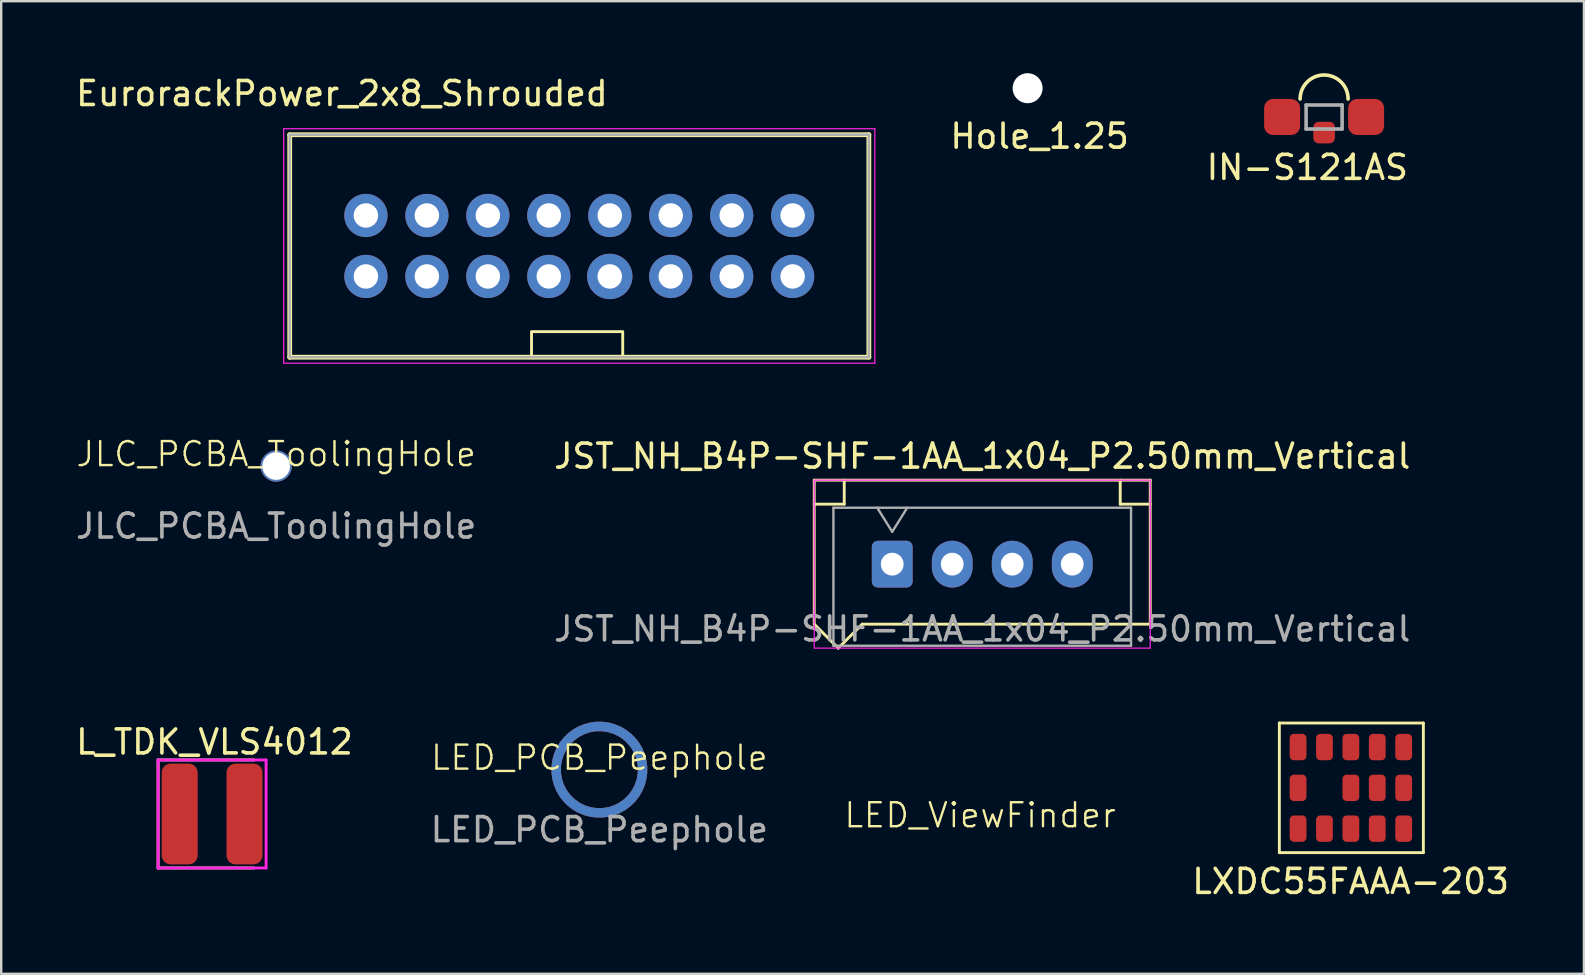
<source format=kicad_pcb>
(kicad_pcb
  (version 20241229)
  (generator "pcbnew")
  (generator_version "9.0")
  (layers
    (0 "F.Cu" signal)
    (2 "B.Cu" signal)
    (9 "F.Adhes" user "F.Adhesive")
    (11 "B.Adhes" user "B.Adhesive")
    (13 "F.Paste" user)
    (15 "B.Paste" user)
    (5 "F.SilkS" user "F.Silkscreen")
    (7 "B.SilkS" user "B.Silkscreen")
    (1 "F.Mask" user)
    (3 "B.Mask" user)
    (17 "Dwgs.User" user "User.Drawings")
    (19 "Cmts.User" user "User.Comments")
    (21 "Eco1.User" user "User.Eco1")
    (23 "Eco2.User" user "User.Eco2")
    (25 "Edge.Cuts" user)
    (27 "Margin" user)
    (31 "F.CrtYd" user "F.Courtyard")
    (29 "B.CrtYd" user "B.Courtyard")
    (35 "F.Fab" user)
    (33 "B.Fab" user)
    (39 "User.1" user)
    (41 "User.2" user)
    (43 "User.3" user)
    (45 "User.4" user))
  (footprint "EurorackPower_2x8_Shrouded"
    (layer "F.Cu")
    (at 12.196 8.468)
    (property "Reference" "EurorackPower_2x8_Shrouded" (at -1 -7.62 0) (layer "F.SilkS") (effects (font (size 1 1) (thickness 0.15))))
    (attr through_hole)
    (fp_line (start -3.175 3.365) (end -3.175 -5.905) (stroke (width 0.2) (type solid)) (layer "F.SilkS"))
    (fp_line (start 20.955 -5.905) (end -3.175 -5.905) (stroke (width 0.2) (type solid)) (layer "F.SilkS"))
    (fp_line (start 20.955 -5.905) (end 20.955 3.365) (stroke (width 0.2) (type solid)) (layer "F.SilkS"))
    (fp_line (start 20.955 3.365) (end -3.175 3.365) (stroke (width 0.2) (type solid)) (layer "F.SilkS"))
    (fp_rect (start 6.9 3.35) (end 10.7 2.3) (stroke (width 0.12) (type solid)) (fill no) (layer "F.SilkS"))
    (fp_line (start -3.425 -6.155) (end 21.205 -6.155) (stroke (width 0.05) (type solid)) (layer "F.CrtYd"))
    (fp_line (start -3.425 3.615) (end -3.425 -6.155) (stroke (width 0.05) (type solid)) (layer "F.CrtYd"))
    (fp_line (start 21.205 -6.155) (end 21.205 3.615) (stroke (width 0.05) (type solid)) (layer "F.CrtYd"))
    (fp_line (start 21.205 3.615) (end -3.425 3.615) (stroke (width 0.05) (type solid)) (layer "F.CrtYd"))
    (fp_line (start -3.175 -5.905) (end 20.955 -5.905) (stroke (width 0.1) (type solid)) (layer "F.Fab"))
    (fp_line (start -3.175 3.365) (end -3.175 -5.905) (stroke (width 0.1) (type solid)) (layer "F.Fab"))
    (fp_line (start 20.955 -5.905) (end 20.955 3.365) (stroke (width 0.1) (type solid)) (layer "F.Fab"))
    (fp_line (start 20.955 3.365) (end -3.175 3.365) (stroke (width 0.1) (type solid)) (layer "F.Fab"))
    (pad "-12V" thru_hole circle (at 0 -2.54) (size 1.8 1.8) (drill 1.02) (layers "*.Cu" "*.Mask"))
    (pad "-12V" thru_hole circle (at 0 0) (size 1.8 1.8) (drill 1.02) (layers "*.Cu" "*.Mask"))
    (pad "5V" thru_hole circle (at 12.7 -2.54) (size 1.8 1.8) (drill 1.02) (layers "*.Cu" "*.Mask"))
    (pad "5V" thru_hole circle (at 12.7 0) (size 1.8 1.8) (drill 1.02) (layers "*.Cu" "*.Mask"))
    (pad "12V" thru_hole circle (at 10.16 -2.54) (size 1.8 1.8) (drill 1.02) (layers "*.Cu" "*.Mask"))
    (pad "12V" thru_hole circle (at 10.16 0) (size 1.89 1.89) (drill 1.02) (layers "*.Cu" "*.Mask"))
    (pad "CV" thru_hole circle (at 15.24 -2.54) (size 1.8 1.8) (drill 1.02) (layers "*.Cu" "*.Mask"))
    (pad "CV" thru_hole circle (at 15.24 0) (size 1.8 1.8) (drill 1.02) (layers "*.Cu" "*.Mask"))
    (pad "GND" thru_hole circle (at 2.54 -2.54) (size 1.8 1.8) (drill 1.02) (layers "*.Cu" "*.Mask"))
    (pad "GND" thru_hole circle (at 2.54 0) (size 1.8 1.8) (drill 1.02) (layers "*.Cu" "*.Mask"))
    (pad "GND" thru_hole circle (at 5.08 -2.54) (size 1.8 1.8) (drill 1.02) (layers "*.Cu" "*.Mask"))
    (pad "GND" thru_hole circle (at 5.08 0) (size 1.8 1.8) (drill 1.02) (layers "*.Cu" "*.Mask"))
    (pad "GND" thru_hole circle (at 7.62 -2.54) (size 1.8 1.8) (drill 1.02) (layers "*.Cu" "*.Mask"))
    (pad "GND" thru_hole circle (at 7.62 0) (size 1.8 1.8) (drill 1.02) (layers "*.Cu" "*.Mask"))
    (pad "Gate" thru_hole circle (at 17.78 -2.54) (size 1.8 1.8) (drill 1.02) (layers "*.Cu" "*.Mask"))
    (pad "Gate" thru_hole circle (at 17.78 0) (size 1.8 1.8) (drill 1.02) (layers "*.Cu" "*.Mask")))
  (footprint "Hole_1.25"
    (layer "F.Cu")
    (at 40.266 0.625)
    (property "Reference" "Hole_1.25" (at 0 2 0) (layer "F.SilkS") (effects (font (size 1 1) (thickness 0.15))))
    (attr through_hole)
    (pad "" np_thru_hole circle (at -0.5 0) (size 1.25 1.25) (drill 1.25) (layers "*.Cu" "*.Mask")))
  (footprint "LED_PCB_Peephole"
    (layer "F.Cu")
    (at 21.923 29.018)
    (property "Reference" "LED_PCB_Peephole" (at 0 -0.5 0) (unlocked yes) (layer "F.SilkS") (effects (font (size 1 1) (thickness 0.1))))
    (attr smd exclude_from_pos_files exclude_from_bom)
    (fp_circle (center 0 0) (end 2 0) (stroke (width 0) (type solid)) (fill yes) (layer "F.Mask"))
    (fp_circle (center 0 0) (end 2 0) (stroke (width 0) (type solid)) (fill yes) (layer "B.Mask"))
    (fp_text user "${REFERENCE}" (at 0 2.5 0) (unlocked yes) (layer "F.Fab") (effects (font (size 1 1) (thickness 0.15))))
    (pad "1" smd custom (at 0 -1.8 90) (size 0.4 0.4) (layers "F.Cu" "F.Mask") (options (anchor circle)) (primitives (gr_circle (center -1.8 0) (end -1.8 1.8) (width 0.4) (fill no))))
    (pad "1" smd custom (at 0.015 -1.801 90) (size 0.4 0.4) (layers "F.Mask" "B.Cu") (options (anchor circle)) (primitives (gr_circle (center -1.801 -0.015) (end -1.801 1.785) (width 0.4) (fill no)))))
  (footprint "JST_NH_B4P-SHF-1AA_1x04_P2.50mm_Vertical"
    (layer "F.Cu")
    (at 34.125 20.456)
    (property "Reference" "JST_NH_B4P-SHF-1AA_1x04_P2.50mm_Vertical" (at 3.75 -4.5 0) (layer "F.SilkS") (effects (font (size 1 1) (thickness 0.15))))
    (attr through_hole)
    (fp_line (start -3.25 -3.5) (end -3.25 2.5) (stroke (width 0.12) (type solid)) (layer "F.SilkS"))
    (fp_line (start -3.25 -2.5) (end -2 -2.5) (stroke (width 0.12) (type solid)) (layer "F.SilkS"))
    (fp_line (start -3.25 2.5) (end -2.25 3.5) (stroke (width 0.12) (type default)) (layer "F.SilkS"))
    (fp_line (start -2 -2.5) (end -2 -3.5) (stroke (width 0.12) (type solid)) (layer "F.SilkS"))
    (fp_line (start -1.25 2.5) (end -2.25 3.5) (stroke (width 0.12) (type default)) (layer "F.SilkS"))
    (fp_line (start -1.25 2.5) (end 10.75 2.5) (stroke (width 0.12) (type solid)) (layer "F.SilkS"))
    (fp_line (start 9.5 -3.5) (end 9.5 -2.5) (stroke (width 0.12) (type solid)) (layer "F.SilkS"))
    (fp_line (start 9.5 -2.5) (end 10.75 -2.5) (stroke (width 0.12) (type solid)) (layer "F.SilkS"))
    (fp_line (start 10.75 -3.5) (end -3.25 -3.5) (stroke (width 0.12) (type solid)) (layer "F.SilkS"))
    (fp_line (start 10.75 2.5) (end 10.75 -3.5) (stroke (width 0.12) (type solid)) (layer "F.SilkS"))
    (fp_rect (start -3.25 -3.5) (end 10.75 3.5) (stroke (width 0.05) (type default)) (fill no) (layer "F.CrtYd"))
    (fp_line (start -2.45 -2.35) (end -2.45 3.4) (stroke (width 0.1) (type solid)) (layer "F.Fab"))
    (fp_line (start -2.45 3.4) (end 9.95 3.4) (stroke (width 0.1) (type solid)) (layer "F.Fab"))
    (fp_line (start -0.625 -2.35) (end 0 -1.35) (stroke (width 0.1) (type solid)) (layer "F.Fab"))
    (fp_line (start 0 -1.35) (end 0.625 -2.35) (stroke (width 0.1) (type solid)) (layer "F.Fab"))
    (fp_line (start 9.95 -2.35) (end -2.45 -2.35) (stroke (width 0.1) (type solid)) (layer "F.Fab"))
    (fp_line (start 9.95 3.4) (end 9.95 -2.35) (stroke (width 0.1) (type solid)) (layer "F.Fab"))
    (fp_text user "${REFERENCE}" (at 3.75 2.7 0) (layer "F.Fab") (effects (font (size 1 1) (thickness 0.15))))
    (pad "1" thru_hole roundrect (at 0 0) (size 1.7 1.95) (drill 0.95) (layers "*.Cu" "*.Mask") (roundrect_rratio 0.147))
    (pad "2" thru_hole oval (at 2.5 0) (size 1.7 1.95) (drill 0.95) (layers "*.Cu" "*.Mask"))
    (pad "3" thru_hole oval (at 5 0) (size 1.7 1.95) (drill 0.95) (layers "*.Cu" "*.Mask"))
    (pad "4" thru_hole oval (at 7.5 0) (size 1.7 1.95) (drill 0.95) (layers "*.Cu" "*.Mask")))
  (footprint "L_TDK_VLS4012"
    (layer "F.Cu")
    (at 5.787 30.865)
    (property "Reference" "L_TDK_VLS4012" (at 0.1 -3 0) (layer "F.SilkS") (effects (font (size 1 1) (thickness 0.15))))
    (attr through_hole)
    (fp_line (start -2.25 -2.25) (end -2.25 2.25) (stroke (width 0.12) (type solid)) (layer "F.SilkS"))
    (fp_line (start -2.25 2.25) (end 1.75 2.25) (stroke (width 0.12) (type solid)) (layer "F.SilkS"))
    (fp_line (start 1.75 -2.25) (end -2.25 -2.25) (stroke (width 0.12) (type solid)) (layer "F.SilkS"))
    (fp_line (start -2.25 -2.25) (end -2.25 2.25) (stroke (width 0.12) (type solid)) (layer "F.CrtYd"))
    (fp_line (start -2.25 2.25) (end 2.25 2.25) (stroke (width 0.12) (type solid)) (layer "F.CrtYd"))
    (fp_line (start 2.25 -2.25) (end -2.25 -2.25) (stroke (width 0.12) (type solid)) (layer "F.CrtYd"))
    (fp_line (start 2.25 2.25) (end 2.25 -2.25) (stroke (width 0.12) (type solid)) (layer "F.CrtYd"))
    (pad "1" smd roundrect (at -1.35 0) (size 1.5 4.2) (layers "F.Cu" "F.Mask" "F.Paste") (roundrect_rratio 0.25))
    (pad "2" smd roundrect (at 1.35 0) (size 1.5 4.2) (layers "F.Cu" "F.Mask" "F.Paste") (roundrect_rratio 0.25)))
  (footprint "LXDC55FAAA-203"
    (layer "F.Cu")
    (at 53.255 29.776)
    (property "Reference" "LXDC55FAAA-203" (at -0.03 3.9 0) (layer "F.SilkS") (effects (font (size 1 1) (thickness 0.15))))
    (attr through_hole)
    (fp_line (start -3 -2.7) (end 3 -2.7) (stroke (width 0.12) (type solid)) (layer "F.SilkS"))
    (fp_line (start -3 2.7) (end -3 -2.7) (stroke (width 0.12) (type solid)) (layer "F.SilkS"))
    (fp_line (start 3 -2.7) (end 3 2.7) (stroke (width 0.12) (type solid)) (layer "F.SilkS"))
    (fp_line (start 3 2.7) (end -3 2.7) (stroke (width 0.12) (type solid)) (layer "F.SilkS"))
    (pad "1" smd roundrect (at -2.22 1.7) (size 0.7 1.1) (layers "F.Cu" "F.Mask" "F.Paste") (roundrect_rratio 0.25))
    (pad "2" smd roundrect (at -1.12 1.7) (size 0.7 1.1) (layers "F.Cu" "F.Mask" "F.Paste") (roundrect_rratio 0.25))
    (pad "3" smd roundrect (at -0.02 1.7) (size 0.7 1.1) (layers "F.Cu" "F.Mask" "F.Paste") (roundrect_rratio 0.25))
    (pad "4" smd roundrect (at 1.08 1.7) (size 0.7 1.1) (layers "F.Cu" "F.Mask" "F.Paste") (roundrect_rratio 0.25))
    (pad "5" smd roundrect (at 2.18 1.7) (size 0.7 1.1) (layers "F.Cu" "F.Mask" "F.Paste") (roundrect_rratio 0.25))
    (pad "6" smd roundrect (at 2.18 0) (size 0.7 1.1) (layers "F.Cu" "F.Mask" "F.Paste") (roundrect_rratio 0.25))
    (pad "7" smd roundrect (at 2.18 -1.7) (size 0.7 1.1) (layers "F.Cu" "F.Mask" "F.Paste") (roundrect_rratio 0.25))
    (pad "8" smd roundrect (at 1.08 -1.7) (size 0.7 1.1) (layers "F.Cu" "F.Mask" "F.Paste") (roundrect_rratio 0.25))
    (pad "9" smd roundrect (at -0.02 -1.7) (size 0.7 1.1) (layers "F.Cu" "F.Mask" "F.Paste") (roundrect_rratio 0.25))
    (pad "10" smd roundrect (at -1.12 -1.7) (size 0.7 1.1) (layers "F.Cu" "F.Mask" "F.Paste") (roundrect_rratio 0.25))
    (pad "11" smd roundrect (at -2.22 -1.7) (size 0.7 1.1) (layers "F.Cu" "F.Mask" "F.Paste") (roundrect_rratio 0.25))
    (pad "12" smd roundrect (at -2.22 0) (size 0.7 1.1) (layers "F.Cu" "F.Mask" "F.Paste") (roundrect_rratio 0.25))
    (pad "13" smd roundrect (at -0.02 0) (size 0.7 1.1) (layers "F.Cu" "F.Mask" "F.Paste") (roundrect_rratio 0.25))
    (pad "14" smd roundrect (at 1.08 0) (size 0.7 1.1) (layers "F.Cu" "F.Mask" "F.Paste") (roundrect_rratio 0.25)))
  (footprint "LED_ViewFinder"
    (layer "F.Cu")
    (at 37.788 28.517)
    (property "Reference" "LED_ViewFinder" (at 0 2.4 0) (layer "F.SilkS") (effects (font (size 1 1) (thickness 0.1))))
    (attr through_hole)
    (pad "" smd circle (at 0 0) (size 3 3) (layers "*.Mask")))
  (footprint "IN-S121AS"
    (layer "F.Cu")
    (at 52.12 1.825)
    (property "Reference" "IN-S121AS" (at -0.7 2.1 0) (layer "F.SilkS") (effects (font (size 1 1) (thickness 0.15))))
    (attr through_hole)
    (fp_arc (start -1 -0.75) (mid 0 -1.75) (end 1 -0.75) (stroke (width 0.15) (type solid)) (layer "F.SilkS"))
    (fp_line (start -0.75 -0.5) (end 0.75 -0.5) (stroke (width 0.15) (type solid)) (layer "F.Fab"))
    (fp_line (start -0.75 0.5) (end -0.75 -0.5) (stroke (width 0.15) (type solid)) (layer "F.Fab"))
    (fp_line (start -0.75 0.5) (end 0.75 0.5) (stroke (width 0.15) (type solid)) (layer "F.Fab"))
    (fp_line (start 0.75 -0.5) (end 0.75 0.5) (stroke (width 0.15) (type solid)) (layer "F.Fab"))
    (pad "" connect roundrect (at 0 0.65) (size 0.9 0.9) (layers "F.Cu" "F.Mask") (roundrect_rratio 0.25))
    (pad "1" smd roundrect (at 1.75 0) (size 1.5 1.5) (layers "F.Cu" "F.Mask" "F.Paste") (roundrect_rratio 0.25))
    (pad "2" smd roundrect (at -1.75 0) (size 1.5 1.5) (layers "F.Cu" "F.Mask" "F.Paste") (roundrect_rratio 0.25)))
  (footprint "JLC_PCBA_ToolingHole"
    (layer "F.Cu")
    (at 8.458 16.369)
    (property "Reference" "JLC_PCBA_ToolingHole" (at 0 -0.5 0) (unlocked yes) (layer "F.SilkS") (effects (font (size 1 1) (thickness 0.1))))
    (attr through_hole)
    (fp_text user "${REFERENCE}" (at 0 2.5 0) (unlocked yes) (layer "F.Fab") (effects (font (size 1 1) (thickness 0.15))))
    (pad "" np_thru_hole circle (at 0 0) (size 1.3 1.3) (drill 1.152) (layers "*.Cu" "*.Mask")))
  (gr_rect
    (start -3 -3)
    (end 62.945 37.525)
    (stroke (width 0.1) (type default))
    (fill no)
    (layer "Edge.Cuts")))
</source>
